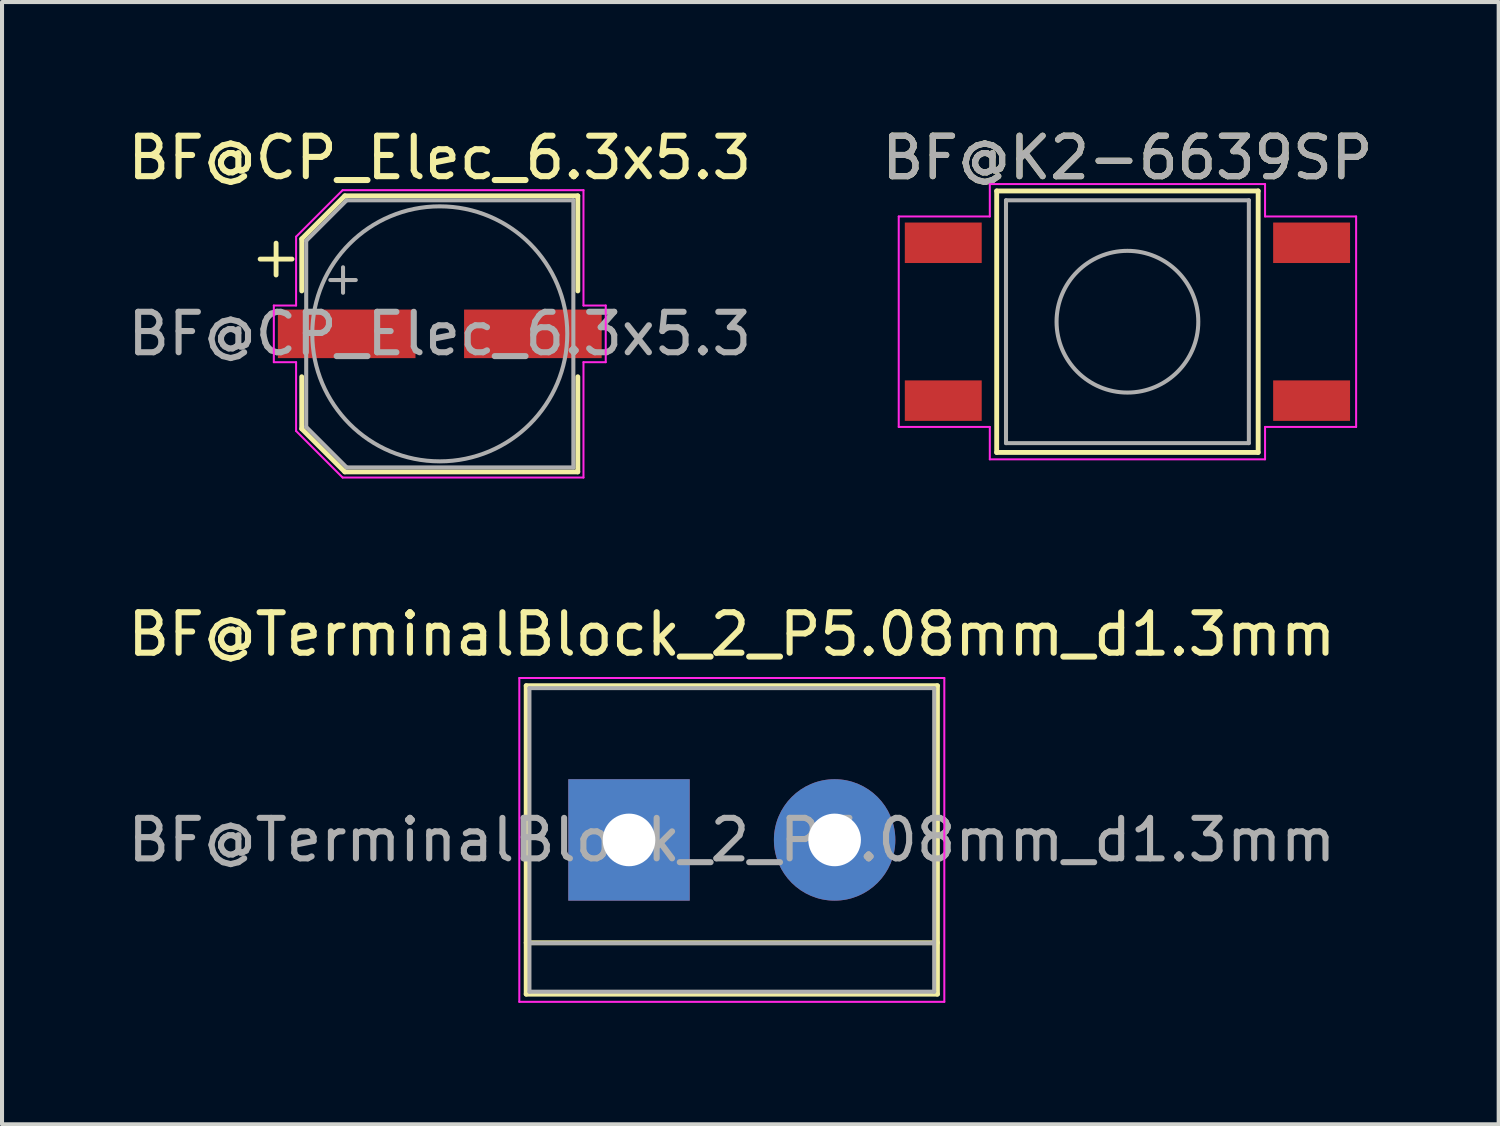
<source format=kicad_pcb>
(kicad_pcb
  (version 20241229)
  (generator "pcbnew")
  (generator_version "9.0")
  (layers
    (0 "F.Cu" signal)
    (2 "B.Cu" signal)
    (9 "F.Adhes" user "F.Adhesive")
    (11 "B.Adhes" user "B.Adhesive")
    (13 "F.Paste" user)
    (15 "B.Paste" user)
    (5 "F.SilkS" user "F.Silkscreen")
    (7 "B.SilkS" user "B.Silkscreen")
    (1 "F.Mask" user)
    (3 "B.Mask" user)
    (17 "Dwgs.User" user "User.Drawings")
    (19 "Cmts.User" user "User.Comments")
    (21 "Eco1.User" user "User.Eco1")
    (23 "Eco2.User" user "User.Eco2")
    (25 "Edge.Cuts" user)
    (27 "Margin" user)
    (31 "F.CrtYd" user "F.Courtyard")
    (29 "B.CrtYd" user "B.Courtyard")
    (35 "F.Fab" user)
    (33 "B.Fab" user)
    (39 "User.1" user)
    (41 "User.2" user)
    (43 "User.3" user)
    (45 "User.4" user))
  (footprint "BF@TerminalBlock_2_P5.08mm_d1.3mm"
    (layer "F.Cu")
    (at 12.49 17.701)
    (property "Reference" "BF@TerminalBlock_2_P5.08mm_d1.3mm" (at 2.54 -5.08 0) (layer "F.SilkS") (effects (font (size 1 1) (thickness 0.15))))
    (attr through_hole)
    (fp_line (start -2.54 -3.81) (end -2.54 3.81) (stroke (width 0.12) (type solid)) (layer "F.SilkS"))
    (fp_line (start -2.54 3.81) (end 7.62 3.81) (stroke (width 0.12) (type solid)) (layer "F.SilkS"))
    (fp_line (start 7.62 -3.81) (end -2.54 -3.81) (stroke (width 0.12) (type solid)) (layer "F.SilkS"))
    (fp_line (start 7.62 2.54) (end -2.54 2.54) (stroke (width 0.12) (type solid)) (layer "F.SilkS"))
    (fp_line (start 7.62 3.81) (end 7.62 -3.81) (stroke (width 0.12) (type solid)) (layer "F.SilkS"))
    (fp_line (start -2.71 -4) (end -2.71 4) (stroke (width 0.05) (type solid)) (layer "F.CrtYd"))
    (fp_line (start -2.71 -4) (end 7.79 -4) (stroke (width 0.05) (type solid)) (layer "F.CrtYd"))
    (fp_line (start 7.79 4) (end -2.71 4) (stroke (width 0.05) (type solid)) (layer "F.CrtYd"))
    (fp_line (start 7.79 4) (end 7.79 -4) (stroke (width 0.05) (type solid)) (layer "F.CrtYd"))
    (fp_line (start -2.46 -3.75) (end -2.46 3.75) (stroke (width 0.1) (type solid)) (layer "F.Fab"))
    (fp_line (start -2.46 3.75) (end 7.54 3.75) (stroke (width 0.1) (type solid)) (layer "F.Fab"))
    (fp_line (start -2.41 2.55) (end 7.49 2.55) (stroke (width 0.1) (type solid)) (layer "F.Fab"))
    (fp_line (start 7.54 -3.75) (end -2.46 -3.75) (stroke (width 0.1) (type solid)) (layer "F.Fab"))
    (fp_line (start 7.54 3.75) (end 7.54 -3.75) (stroke (width 0.1) (type solid)) (layer "F.Fab"))
    (fp_text user "${REFERENCE}" (at 2.54 0 0) (layer "F.Fab") (effects (font (size 1 1) (thickness 0.15))))
    (pad "1" thru_hole rect (at 0 0) (size 3 3) (drill 1.3) (layers "*.Cu" "*.Mask"))
    (pad "2" thru_hole circle (at 5.08 0) (size 3 3) (drill 1.3) (layers "*.Cu" "*.Mask")))
  (footprint "BF@CP_Elec_6.3x5.3"
    (layer "F.Cu")
    (at 7.815 5.198)
    (property "Reference" "BF@CP_Elec_6.3x5.3" (at 0 -4.35 0) (layer "F.SilkS") (effects (font (size 1 1) (thickness 0.15))))
    (attr smd)
    (fp_line (start -4.438 -1.847) (end -3.65 -1.847) (stroke (width 0.12) (type solid)) (layer "F.SilkS"))
    (fp_line (start -4.044 -2.241) (end -4.044 -1.454) (stroke (width 0.12) (type solid)) (layer "F.SilkS"))
    (fp_line (start -3.41 -2.346) (end -3.41 -1.06) (stroke (width 0.12) (type solid)) (layer "F.SilkS"))
    (fp_line (start -3.41 -2.346) (end -2.346 -3.41) (stroke (width 0.12) (type solid)) (layer "F.SilkS"))
    (fp_line (start -3.41 2.346) (end -3.41 1.06) (stroke (width 0.12) (type solid)) (layer "F.SilkS"))
    (fp_line (start -3.41 2.346) (end -2.346 3.41) (stroke (width 0.12) (type solid)) (layer "F.SilkS"))
    (fp_line (start -2.346 -3.41) (end 3.41 -3.41) (stroke (width 0.12) (type solid)) (layer "F.SilkS"))
    (fp_line (start -2.346 3.41) (end 3.41 3.41) (stroke (width 0.12) (type solid)) (layer "F.SilkS"))
    (fp_line (start 3.41 -3.41) (end 3.41 -1.06) (stroke (width 0.12) (type solid)) (layer "F.SilkS"))
    (fp_line (start 3.41 3.41) (end 3.41 1.06) (stroke (width 0.12) (type solid)) (layer "F.SilkS"))
    (fp_line (start -4.1 -0.7) (end -4.1 0.7) (stroke (width 0.05) (type solid)) (layer "F.CrtYd"))
    (fp_line (start -4.1 0.7) (end -3.55 0.7) (stroke (width 0.05) (type solid)) (layer "F.CrtYd"))
    (fp_line (start -3.55 -2.4) (end -3.55 -0.7) (stroke (width 0.05) (type solid)) (layer "F.CrtYd"))
    (fp_line (start -3.55 -2.4) (end -2.4 -3.55) (stroke (width 0.05) (type solid)) (layer "F.CrtYd"))
    (fp_line (start -3.55 -0.7) (end -4.1 -0.7) (stroke (width 0.05) (type solid)) (layer "F.CrtYd"))
    (fp_line (start -3.55 0.7) (end -3.55 2.4) (stroke (width 0.05) (type solid)) (layer "F.CrtYd"))
    (fp_line (start -3.55 2.4) (end -2.4 3.55) (stroke (width 0.05) (type solid)) (layer "F.CrtYd"))
    (fp_line (start -2.4 -3.55) (end 3.55 -3.55) (stroke (width 0.05) (type solid)) (layer "F.CrtYd"))
    (fp_line (start -2.4 3.55) (end 3.55 3.55) (stroke (width 0.05) (type solid)) (layer "F.CrtYd"))
    (fp_line (start 3.55 -3.55) (end 3.55 -0.7) (stroke (width 0.05) (type solid)) (layer "F.CrtYd"))
    (fp_line (start 3.55 -0.7) (end 4.1 -0.7) (stroke (width 0.05) (type solid)) (layer "F.CrtYd"))
    (fp_line (start 3.55 0.7) (end 3.55 3.55) (stroke (width 0.05) (type solid)) (layer "F.CrtYd"))
    (fp_line (start 4.1 -0.7) (end 4.1 0.7) (stroke (width 0.05) (type solid)) (layer "F.CrtYd"))
    (fp_line (start 4.1 0.7) (end 3.55 0.7) (stroke (width 0.05) (type solid)) (layer "F.CrtYd"))
    (fp_line (start -3.3 -2.3) (end -3.3 2.3) (stroke (width 0.1) (type solid)) (layer "F.Fab"))
    (fp_line (start -3.3 -2.3) (end -2.3 -3.3) (stroke (width 0.1) (type solid)) (layer "F.Fab"))
    (fp_line (start -3.3 2.3) (end -2.3 3.3) (stroke (width 0.1) (type solid)) (layer "F.Fab"))
    (fp_line (start -2.705 -1.33) (end -2.075 -1.33) (stroke (width 0.1) (type solid)) (layer "F.Fab"))
    (fp_line (start -2.39 -1.645) (end -2.39 -1.015) (stroke (width 0.1) (type solid)) (layer "F.Fab"))
    (fp_line (start -2.3 -3.3) (end 3.3 -3.3) (stroke (width 0.1) (type solid)) (layer "F.Fab"))
    (fp_line (start -2.3 3.3) (end 3.3 3.3) (stroke (width 0.1) (type solid)) (layer "F.Fab"))
    (fp_line (start 3.3 -3.3) (end 3.3 3.3) (stroke (width 0.1) (type solid)) (layer "F.Fab"))
    (fp_circle (center 0 0) (end 3.15 0) (stroke (width 0.1) (type solid)) (fill no) (layer "F.Fab"))
    (fp_text user "${REFERENCE}" (at 0 0 0) (layer "F.Fab") (effects (font (size 1 1) (thickness 0.15))))
    (pad "1" smd rect (at -2.3 0) (size 3.4 1.2) (layers "F.Cu" "F.Mask" "F.Paste"))
    (pad "2" smd rect (at 2.3 0) (size 3.4 1.2) (layers "F.Cu" "F.Mask" "F.Paste")))
  (footprint "BF@K2-6639SP"
    (layer "F.Cu")
    (at 24.804 4.898)
    (property "Reference" "BF@K2-6639SP" (at 0 -4.05 0) (layer "F.SilkS") (effects (font (size 1 1) (thickness 0.15))))
    (attr smd)
    (fp_line (start -3.23 -3.23) (end -3.23 3.23) (stroke (width 0.12) (type solid)) (layer "F.SilkS"))
    (fp_line (start -3.23 -3.23) (end 3.23 -3.23) (stroke (width 0.12) (type solid)) (layer "F.SilkS"))
    (fp_line (start -3.23 3.23) (end 3.23 3.23) (stroke (width 0.12) (type solid)) (layer "F.SilkS"))
    (fp_line (start 3.23 -3.23) (end 3.23 3.23) (stroke (width 0.12) (type solid)) (layer "F.SilkS"))
    (fp_line (start -5.65 -2.6) (end -5.65 2.6) (stroke (width 0.05) (type solid)) (layer "F.CrtYd"))
    (fp_line (start -5.65 -2.6) (end -3.4 -2.6) (stroke (width 0.05) (type solid)) (layer "F.CrtYd"))
    (fp_line (start -5.65 2.6) (end -3.4 2.6) (stroke (width 0.05) (type solid)) (layer "F.CrtYd"))
    (fp_line (start -3.4 -3.4) (end -3.4 -2.6) (stroke (width 0.05) (type solid)) (layer "F.CrtYd"))
    (fp_line (start -3.4 -3.4) (end 3.4 -3.4) (stroke (width 0.05) (type solid)) (layer "F.CrtYd"))
    (fp_line (start -3.4 2.6) (end -3.4 3.4) (stroke (width 0.05) (type solid)) (layer "F.CrtYd"))
    (fp_line (start -3.4 3.4) (end 3.4 3.4) (stroke (width 0.05) (type solid)) (layer "F.CrtYd"))
    (fp_line (start 3.4 -3.4) (end 3.4 -2.6) (stroke (width 0.05) (type solid)) (layer "F.CrtYd"))
    (fp_line (start 3.4 -2.6) (end 5.65 -2.6) (stroke (width 0.05) (type solid)) (layer "F.CrtYd"))
    (fp_line (start 3.4 2.6) (end 3.4 3.4) (stroke (width 0.05) (type solid)) (layer "F.CrtYd"))
    (fp_line (start 3.4 2.6) (end 5.65 2.6) (stroke (width 0.05) (type solid)) (layer "F.CrtYd"))
    (fp_line (start 5.65 2.6) (end 5.65 -2.6) (stroke (width 0.05) (type solid)) (layer "F.CrtYd"))
    (fp_line (start -3 -3) (end -3 3) (stroke (width 0.1) (type solid)) (layer "F.Fab"))
    (fp_line (start -3 3) (end 3 3) (stroke (width 0.1) (type solid)) (layer "F.Fab"))
    (fp_line (start 3 -3) (end -3 -3) (stroke (width 0.1) (type solid)) (layer "F.Fab"))
    (fp_line (start 3 3) (end 3 -3) (stroke (width 0.1) (type solid)) (layer "F.Fab"))
    (fp_circle (center 0 0) (end 1.75 -0.05) (stroke (width 0.1) (type solid)) (fill no) (layer "F.Fab"))
    (fp_text user "${REFERENCE}" (at 0 -4.05 0) (layer "F.Fab") (effects (font (size 1 1) (thickness 0.15))))
    (pad "1" smd rect (at -4.55 -1.95) (size 1.9 1) (layers "F.Cu" "F.Mask" "F.Paste"))
    (pad "1" smd rect (at 4.55 -1.95) (size 1.9 1) (layers "F.Cu" "F.Mask" "F.Paste"))
    (pad "2" smd rect (at -4.55 1.95) (size 1.9 1) (layers "F.Cu" "F.Mask" "F.Paste"))
    (pad "2" smd rect (at 4.55 1.95) (size 1.9 1) (layers "F.Cu" "F.Mask" "F.Paste")))
  (gr_rect
    (start -3 -3)
    (end 33.976 24.727)
    (stroke (width 0.1) (type default))
    (fill no)
    (layer "Edge.Cuts")))
</source>
